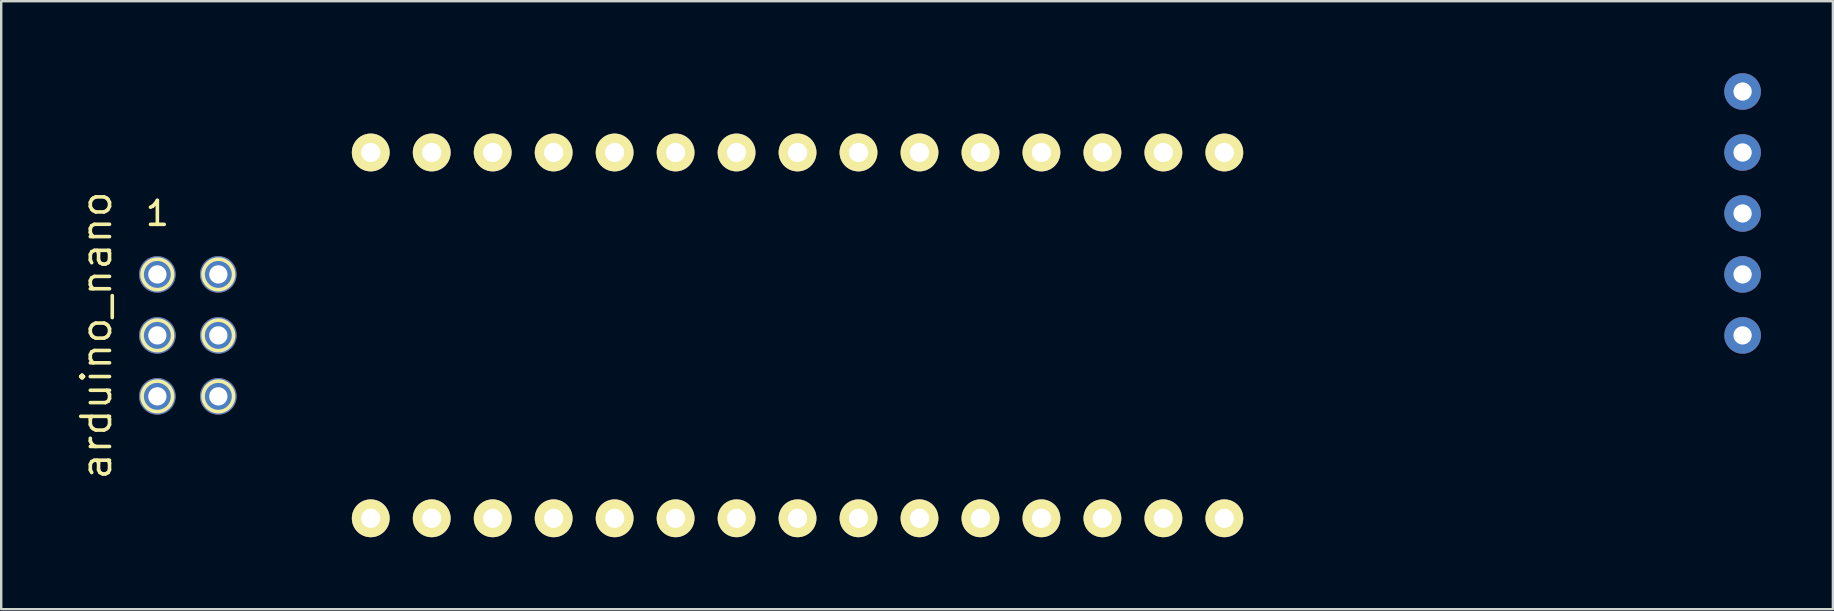
<source format=kicad_pcb>
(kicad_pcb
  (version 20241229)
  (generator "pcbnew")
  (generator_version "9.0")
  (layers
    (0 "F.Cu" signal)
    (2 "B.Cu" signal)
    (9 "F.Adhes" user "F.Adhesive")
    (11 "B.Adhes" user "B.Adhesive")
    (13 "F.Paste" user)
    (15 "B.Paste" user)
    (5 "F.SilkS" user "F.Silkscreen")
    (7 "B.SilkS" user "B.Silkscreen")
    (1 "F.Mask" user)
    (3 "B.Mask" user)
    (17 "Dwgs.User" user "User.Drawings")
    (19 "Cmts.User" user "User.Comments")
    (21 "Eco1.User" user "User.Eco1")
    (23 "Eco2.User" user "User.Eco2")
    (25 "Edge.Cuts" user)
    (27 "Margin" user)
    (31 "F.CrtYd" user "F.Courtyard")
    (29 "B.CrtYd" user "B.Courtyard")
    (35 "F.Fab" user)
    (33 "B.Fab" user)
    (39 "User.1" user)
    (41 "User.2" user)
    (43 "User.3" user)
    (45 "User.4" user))
  (footprint "arduino_nano"
    (layer "F.Cu")
    (at 30.175 10.922)
    (property "Reference" "arduino_nano" (at -29.21 0 90) (layer "F.SilkS") (effects (font (size 1.2 1.2) (thickness 0.15))))
    (attr through_hole)
    (fp_circle (center -26.67 -2.54) (end -26.67 -1.905) (stroke (width 0.15) (type solid)) (fill no) (layer "F.SilkS"))
    (fp_circle (center -26.67 0) (end -26.035 0) (stroke (width 0.15) (type solid)) (fill no) (layer "F.SilkS"))
    (fp_circle (center -26.67 2.54) (end -26.035 2.54) (stroke (width 0.15) (type solid)) (fill no) (layer "F.SilkS"))
    (fp_circle (center -24.13 -2.54) (end -23.495 -2.54) (stroke (width 0.15) (type solid)) (fill no) (layer "F.SilkS"))
    (fp_circle (center -24.13 0) (end -23.495 0) (stroke (width 0.15) (type solid)) (fill no) (layer "F.SilkS"))
    (fp_circle (center -24.13 2.54) (end -23.495 2.54) (stroke (width 0.15) (type solid)) (fill no) (layer "F.SilkS"))
    (fp_text user "1" (at -26.67 -5.08 0) (layer "F.SilkS") (effects (font (size 1 1) (thickness 0.15))))
    (pad "1" thru_hole circle (at -17.78 7.62) (size 1.575 1.575) (drill 0.8) (layers "*.Cu" "*.Mask" "F.SilkS"))
    (pad "2" thru_hole circle (at -15.24 7.62) (size 1.575 1.575) (drill 0.8) (layers "*.Cu" "*.Mask" "F.SilkS"))
    (pad "3" thru_hole circle (at -12.7 7.62) (size 1.575 1.575) (drill 0.8) (layers "*.Cu" "*.Mask" "F.SilkS"))
    (pad "4" thru_hole circle (at -10.16 7.62) (size 1.575 1.575) (drill 0.8) (layers "*.Cu" "*.Mask" "F.SilkS"))
    (pad "5" thru_hole circle (at -7.62 7.62) (size 1.575 1.575) (drill 0.8) (layers "*.Cu" "*.Mask" "F.SilkS"))
    (pad "6" thru_hole circle (at -5.08 7.62) (size 1.575 1.575) (drill 0.8) (layers "*.Cu" "*.Mask" "F.SilkS"))
    (pad "7" thru_hole circle (at -2.54 7.62) (size 1.575 1.575) (drill 0.8) (layers "*.Cu" "*.Mask" "F.SilkS"))
    (pad "8" thru_hole circle (at 0 7.62) (size 1.575 1.575) (drill 0.8) (layers "*.Cu" "*.Mask" "F.SilkS"))
    (pad "9" thru_hole circle (at 2.54 7.62) (size 1.575 1.575) (drill 0.8) (layers "*.Cu" "*.Mask" "F.SilkS"))
    (pad "10" thru_hole circle (at 5.08 7.62) (size 1.575 1.575) (drill 0.8) (layers "*.Cu" "*.Mask" "F.SilkS"))
    (pad "11" thru_hole circle (at 7.62 7.62) (size 1.575 1.575) (drill 0.8) (layers "*.Cu" "*.Mask" "F.SilkS"))
    (pad "12" thru_hole circle (at 10.16 7.62) (size 1.575 1.575) (drill 0.8) (layers "*.Cu" "*.Mask" "F.SilkS"))
    (pad "13" thru_hole circle (at 12.7 7.62) (size 1.575 1.575) (drill 0.8) (layers "*.Cu" "*.Mask" "F.SilkS"))
    (pad "14" thru_hole circle (at 15.24 7.62) (size 1.575 1.575) (drill 0.8) (layers "*.Cu" "*.Mask" "F.SilkS"))
    (pad "15" thru_hole circle (at 17.78 7.62) (size 1.575 1.575) (drill 0.8) (layers "*.Cu" "*.Mask" "F.SilkS"))
    (pad "16" thru_hole circle (at 17.78 -7.62) (size 1.575 1.575) (drill 0.8) (layers "*.Cu" "*.Mask" "F.SilkS"))
    (pad "17" thru_hole circle (at 15.24 -7.62) (size 1.575 1.575) (drill 0.8) (layers "*.Cu" "*.Mask" "F.SilkS"))
    (pad "18" thru_hole circle (at 12.7 -7.62) (size 1.575 1.575) (drill 0.8) (layers "*.Cu" "*.Mask" "F.SilkS"))
    (pad "19" thru_hole circle (at 10.16 -7.62) (size 1.575 1.575) (drill 0.8) (layers "*.Cu" "*.Mask" "F.SilkS"))
    (pad "20" thru_hole circle (at 7.62 -7.62) (size 1.575 1.575) (drill 0.8) (layers "*.Cu" "*.Mask" "F.SilkS"))
    (pad "21" thru_hole circle (at 5.08 -7.62) (size 1.575 1.575) (drill 0.8) (layers "*.Cu" "*.Mask" "F.SilkS"))
    (pad "22" thru_hole circle (at 2.54 -7.62) (size 1.575 1.575) (drill 0.8) (layers "*.Cu" "*.Mask" "F.SilkS"))
    (pad "23" thru_hole circle (at 0 -7.62) (size 1.575 1.575) (drill 0.8) (layers "*.Cu" "*.Mask" "F.SilkS"))
    (pad "24" thru_hole circle (at -2.54 -7.62) (size 1.575 1.575) (drill 0.8) (layers "*.Cu" "*.Mask" "F.SilkS"))
    (pad "25" thru_hole circle (at -5.08 -7.62) (size 1.575 1.575) (drill 0.8) (layers "*.Cu" "*.Mask" "F.SilkS"))
    (pad "26" thru_hole circle (at -7.62 -7.62) (size 1.575 1.575) (drill 0.8) (layers "*.Cu" "*.Mask" "F.SilkS"))
    (pad "27" thru_hole circle (at -10.16 -7.62) (size 1.575 1.575) (drill 0.8) (layers "*.Cu" "*.Mask" "F.SilkS"))
    (pad "28" thru_hole circle (at -12.7 -7.62) (size 1.575 1.575) (drill 0.8) (layers "*.Cu" "*.Mask" "F.SilkS"))
    (pad "29" thru_hole circle (at -15.24 -7.62) (size 1.575 1.575) (drill 0.8) (layers "*.Cu" "*.Mask" "F.SilkS"))
    (pad "30" thru_hole circle (at -17.78 -7.62) (size 1.575 1.575) (drill 0.8) (layers "*.Cu" "*.Mask" "F.SilkS"))
    (pad "31" thru_hole circle (at -26.67 -2.54) (size 1.524 1.524) (drill 0.762) (layers "*.Cu" "*.Mask"))
    (pad "32" thru_hole circle (at -24.13 -2.54) (size 1.524 1.524) (drill 0.762) (layers "*.Cu" "*.Mask"))
    (pad "33" thru_hole circle (at -26.67 0) (size 1.524 1.524) (drill 0.762) (layers "*.Cu" "*.Mask"))
    (pad "34" thru_hole circle (at -24.13 0) (size 1.524 1.524) (drill 0.762) (layers "*.Cu" "*.Mask"))
    (pad "35" thru_hole circle (at -26.67 2.54) (size 1.524 1.524) (drill 0.762) (layers "*.Cu" "*.Mask"))
    (pad "36" thru_hole circle (at -24.13 2.54) (size 1.524 1.524) (drill 0.762) (layers "*.Cu" "*.Mask"))
    (pad "37" thru_hole circle (at 39.37 -10.16) (size 1.524 1.524) (drill 0.762) (layers "*.Cu" "*.Mask"))
    (pad "38" thru_hole circle (at 39.37 -7.62) (size 1.524 1.524) (drill 0.762) (layers "*.Cu" "*.Mask"))
    (pad "39" thru_hole circle (at 39.37 -5.08) (size 1.524 1.524) (drill 0.762) (layers "*.Cu" "*.Mask"))
    (pad "40" thru_hole circle (at 39.37 -2.54) (size 1.524 1.524) (drill 0.762) (layers "*.Cu" "*.Mask"))
    (pad "41" thru_hole circle (at 39.37 0) (size 1.524 1.524) (drill 0.762) (layers "*.Cu" "*.Mask")))
  (gr_rect
    (start -3 -3)
    (end 73.307 22.329)
    (stroke (width 0.1) (type default))
    (fill no)
    (layer "Edge.Cuts")))
</source>
